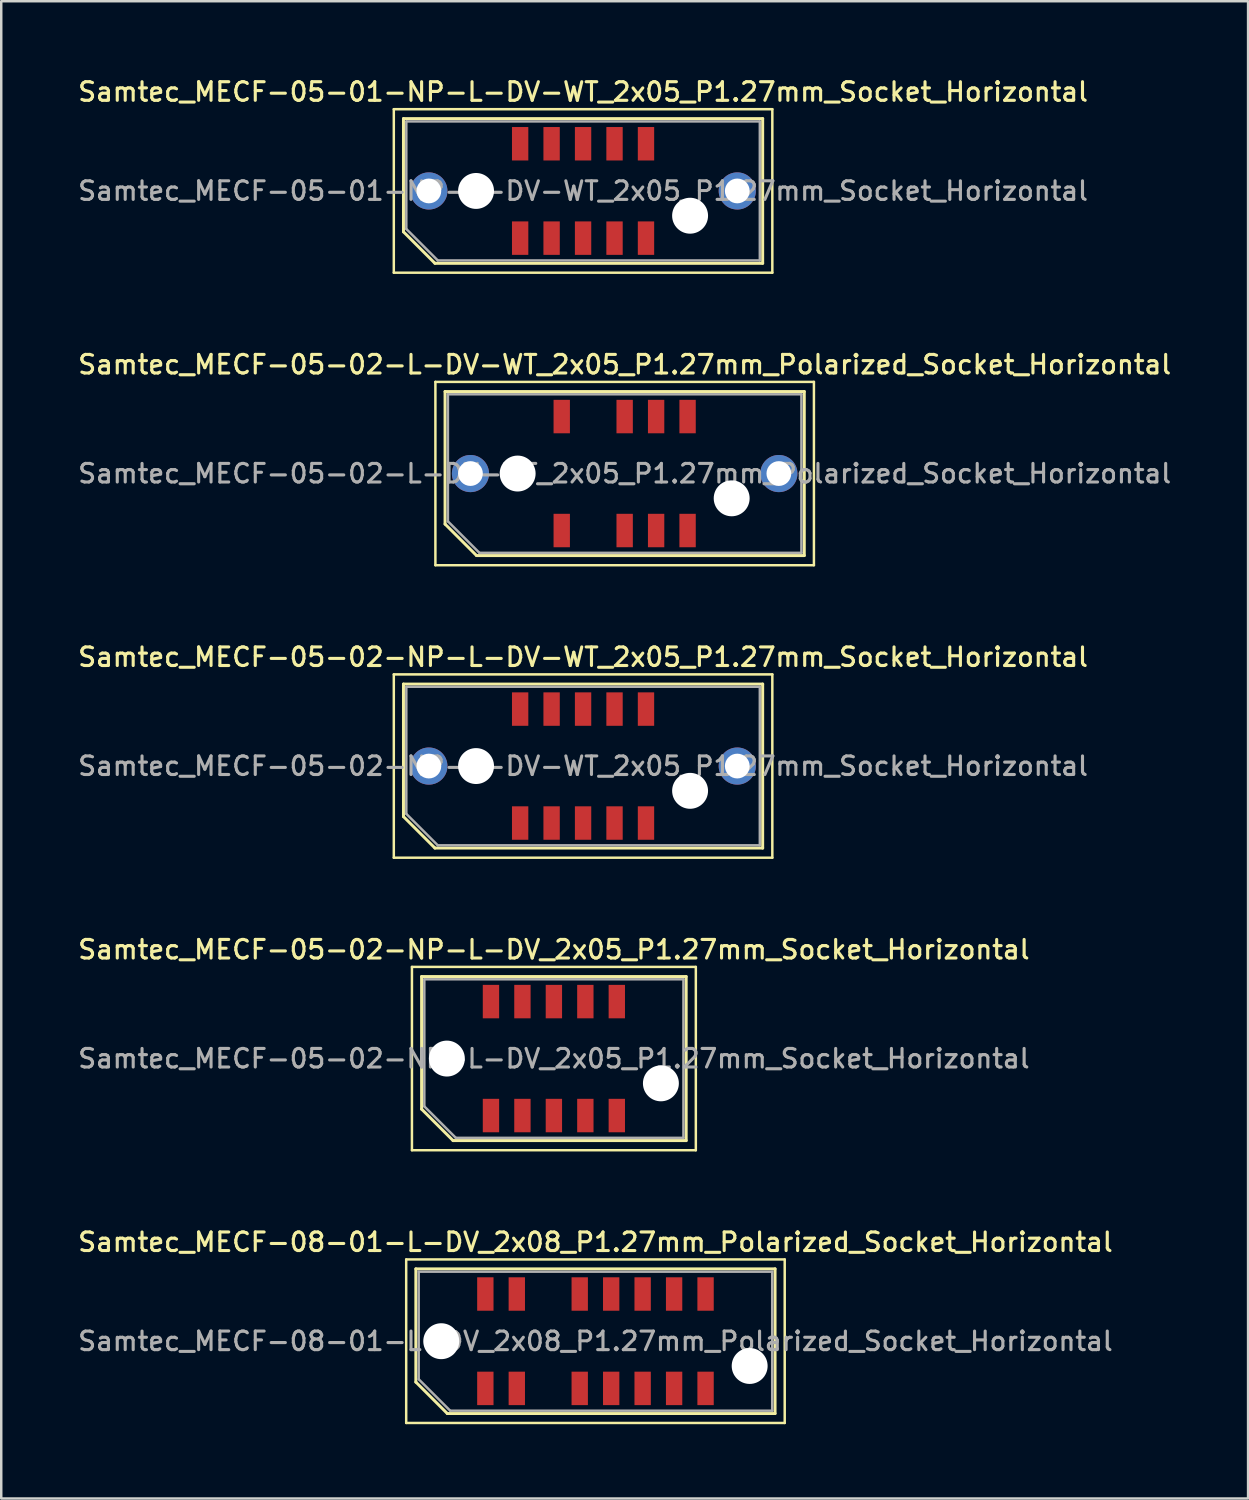
<source format=kicad_pcb>
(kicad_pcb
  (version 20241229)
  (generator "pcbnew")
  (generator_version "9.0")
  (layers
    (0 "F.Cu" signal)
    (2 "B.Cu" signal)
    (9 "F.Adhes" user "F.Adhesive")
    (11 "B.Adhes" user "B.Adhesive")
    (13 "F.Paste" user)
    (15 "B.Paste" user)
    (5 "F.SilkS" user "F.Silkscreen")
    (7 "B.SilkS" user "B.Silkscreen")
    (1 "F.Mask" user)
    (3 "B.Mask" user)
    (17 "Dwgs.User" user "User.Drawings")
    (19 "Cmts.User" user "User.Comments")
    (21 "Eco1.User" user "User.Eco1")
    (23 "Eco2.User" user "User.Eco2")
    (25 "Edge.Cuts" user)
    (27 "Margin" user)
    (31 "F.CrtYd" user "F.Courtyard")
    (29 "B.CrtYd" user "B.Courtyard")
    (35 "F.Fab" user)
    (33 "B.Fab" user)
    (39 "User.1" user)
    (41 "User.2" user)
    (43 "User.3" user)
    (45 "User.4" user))
  (footprint "Samtec_MECF-05-01-NP-L-DV-WT_2x05_P1.27mm_Socket_Horizontal"
    (layer "F.Cu")
    (at 20.487 4.658)
    (property "Reference" "Samtec_MECF-05-01-NP-L-DV-WT_2x05_P1.27mm_Socket_Horizontal" (at 0 -4 0) (layer "F.SilkS") (effects (font (size 0.75 0.75) (thickness 0.125))))
    (attr smd)
    (fp_line (start -7.64 -3.3) (end -7.64 3.3) (stroke (width 0.1) (type solid)) (layer "F.SilkS"))
    (fp_line (start -7.64 3.3) (end 7.64 3.3) (stroke (width 0.1) (type solid)) (layer "F.SilkS"))
    (fp_line (start -7.25 -2.92) (end 7.25 -2.92) (stroke (width 0.12) (type solid)) (layer "F.SilkS"))
    (fp_line (start -7.25 1.65) (end -7.25 -2.92) (stroke (width 0.12) (type solid)) (layer "F.SilkS"))
    (fp_line (start -5.98 2.92) (end -7.25 1.65) (stroke (width 0.12) (type solid)) (layer "F.SilkS"))
    (fp_line (start -5.98 2.92) (end 7.25 2.92) (stroke (width 0.12) (type solid)) (layer "F.SilkS"))
    (fp_line (start 7.25 2.92) (end 7.25 -2.92) (stroke (width 0.12) (type solid)) (layer "F.SilkS"))
    (fp_line (start 7.64 -3.3) (end -7.64 -3.3) (stroke (width 0.1) (type solid)) (layer "F.SilkS"))
    (fp_line (start 7.64 3.3) (end 7.64 -3.3) (stroke (width 0.1) (type solid)) (layer "F.SilkS"))
    (fp_line (start -7.135 -2.805) (end 7.135 -2.805) (stroke (width 0.1) (type solid)) (layer "F.Fab"))
    (fp_line (start -7.135 1.535) (end -7.135 -2.805) (stroke (width 0.1) (type solid)) (layer "F.Fab"))
    (fp_line (start -7.135 1.535) (end -5.865 2.805) (stroke (width 0.1) (type solid)) (layer "F.Fab"))
    (fp_line (start -5.865 2.805) (end 7.135 2.805) (stroke (width 0.1) (type solid)) (layer "F.Fab"))
    (fp_line (start 7.135 2.805) (end 7.135 -2.805) (stroke (width 0.1) (type solid)) (layer "F.Fab"))
    (fp_text user "${REFERENCE}" (at 0 0 0) (layer "F.Fab") (effects (font (size 0.75 0.75) (thickness 0.125))))
    (pad "" thru_hole circle (at -6.225 0) (size 1.5 1.5) (drill 1) (layers "*.Cu" "*.Mask"))
    (pad "" np_thru_hole circle (at -4.32 0) (size 1.45 1.45) (drill 1.45) (layers "*.Cu" "*.Mask"))
    (pad "" np_thru_hole circle (at 4.32 1) (size 1.45 1.45) (drill 1.45) (layers "*.Cu" "*.Mask"))
    (pad "" thru_hole circle (at 6.225 0) (size 1.5 1.5) (drill 1) (layers "*.Cu" "*.Mask"))
    (pad "1" smd rect (at -2.54 1.905) (size 0.66 1.35) (layers "F.Cu" "F.Mask" "F.Paste"))
    (pad "2" smd rect (at -2.54 -1.905) (size 0.66 1.35) (layers "F.Cu" "F.Mask" "F.Paste"))
    (pad "3" smd rect (at -1.27 1.905) (size 0.66 1.35) (layers "F.Cu" "F.Mask" "F.Paste"))
    (pad "4" smd rect (at -1.27 -1.905) (size 0.66 1.35) (layers "F.Cu" "F.Mask" "F.Paste"))
    (pad "5" smd rect (at 0 1.905) (size 0.66 1.35) (layers "F.Cu" "F.Mask" "F.Paste"))
    (pad "6" smd rect (at 0 -1.905) (size 0.66 1.35) (layers "F.Cu" "F.Mask" "F.Paste"))
    (pad "7" smd rect (at 1.27 1.905) (size 0.66 1.35) (layers "F.Cu" "F.Mask" "F.Paste"))
    (pad "8" smd rect (at 1.27 -1.905) (size 0.66 1.35) (layers "F.Cu" "F.Mask" "F.Paste"))
    (pad "9" smd rect (at 2.54 1.905) (size 0.66 1.35) (layers "F.Cu" "F.Mask" "F.Paste"))
    (pad "10" smd rect (at 2.54 -1.905) (size 0.66 1.35) (layers "F.Cu" "F.Mask" "F.Paste")))
  (footprint "Samtec_MECF-05-02-NP-L-DV-WT_2x05_P1.27mm_Socket_Horizontal"
    (layer "F.Cu")
    (at 20.487 27.874)
    (property "Reference" "Samtec_MECF-05-02-NP-L-DV-WT_2x05_P1.27mm_Socket_Horizontal" (at 0 -4.4 0) (layer "F.SilkS") (effects (font (size 0.75 0.75) (thickness 0.125))))
    (attr smd)
    (fp_line (start -7.64 -3.7) (end -7.64 3.7) (stroke (width 0.1) (type solid)) (layer "F.SilkS"))
    (fp_line (start -7.64 3.7) (end 7.64 3.7) (stroke (width 0.1) (type solid)) (layer "F.SilkS"))
    (fp_line (start -7.25 -3.31) (end 7.25 -3.31) (stroke (width 0.12) (type solid)) (layer "F.SilkS"))
    (fp_line (start -7.25 2.04) (end -7.25 -3.31) (stroke (width 0.12) (type solid)) (layer "F.SilkS"))
    (fp_line (start -5.98 3.31) (end -7.25 2.04) (stroke (width 0.12) (type solid)) (layer "F.SilkS"))
    (fp_line (start -5.98 3.31) (end 7.25 3.31) (stroke (width 0.12) (type solid)) (layer "F.SilkS"))
    (fp_line (start 7.25 3.31) (end 7.25 -3.31) (stroke (width 0.12) (type solid)) (layer "F.SilkS"))
    (fp_line (start 7.64 -3.7) (end -7.64 -3.7) (stroke (width 0.1) (type solid)) (layer "F.SilkS"))
    (fp_line (start 7.64 3.7) (end 7.64 -3.7) (stroke (width 0.1) (type solid)) (layer "F.SilkS"))
    (fp_line (start -7.135 -3.2) (end 7.135 -3.2) (stroke (width 0.1) (type solid)) (layer "F.Fab"))
    (fp_line (start -7.135 1.93) (end -7.135 -3.2) (stroke (width 0.1) (type solid)) (layer "F.Fab"))
    (fp_line (start -7.135 1.93) (end -5.865 3.2) (stroke (width 0.1) (type solid)) (layer "F.Fab"))
    (fp_line (start -5.865 3.2) (end 7.135 3.2) (stroke (width 0.1) (type solid)) (layer "F.Fab"))
    (fp_line (start 7.135 3.2) (end 7.135 -3.2) (stroke (width 0.1) (type solid)) (layer "F.Fab"))
    (fp_text user "${REFERENCE}" (at 0 0 0) (layer "F.Fab") (effects (font (size 0.75 0.75) (thickness 0.125))))
    (pad "" thru_hole circle (at -6.225 0) (size 1.5 1.5) (drill 1) (layers "*.Cu" "*.Mask"))
    (pad "" np_thru_hole circle (at -4.32 0) (size 1.45 1.45) (drill 1.45) (layers "*.Cu" "*.Mask"))
    (pad "" np_thru_hole circle (at 4.32 1) (size 1.45 1.45) (drill 1.45) (layers "*.Cu" "*.Mask"))
    (pad "" thru_hole circle (at 6.225 0) (size 1.5 1.5) (drill 1) (layers "*.Cu" "*.Mask"))
    (pad "1" smd rect (at -2.54 2.3) (size 0.66 1.35) (layers "F.Cu" "F.Mask" "F.Paste"))
    (pad "2" smd rect (at -2.54 -2.3) (size 0.66 1.35) (layers "F.Cu" "F.Mask" "F.Paste"))
    (pad "3" smd rect (at -1.27 2.3) (size 0.66 1.35) (layers "F.Cu" "F.Mask" "F.Paste"))
    (pad "4" smd rect (at -1.27 -2.3) (size 0.66 1.35) (layers "F.Cu" "F.Mask" "F.Paste"))
    (pad "5" smd rect (at 0 2.3) (size 0.66 1.35) (layers "F.Cu" "F.Mask" "F.Paste"))
    (pad "6" smd rect (at 0 -2.3) (size 0.66 1.35) (layers "F.Cu" "F.Mask" "F.Paste"))
    (pad "7" smd rect (at 1.27 2.3) (size 0.66 1.35) (layers "F.Cu" "F.Mask" "F.Paste"))
    (pad "8" smd rect (at 1.27 -2.3) (size 0.66 1.35) (layers "F.Cu" "F.Mask" "F.Paste"))
    (pad "9" smd rect (at 2.54 2.3) (size 0.66 1.35) (layers "F.Cu" "F.Mask" "F.Paste"))
    (pad "10" smd rect (at 2.54 -2.3) (size 0.66 1.35) (layers "F.Cu" "F.Mask" "F.Paste")))
  (footprint "Samtec_MECF-05-02-L-DV-WT_2x05_P1.27mm_Polarized_Socket_Horizontal"
    (layer "F.Cu")
    (at 22.166 16.066)
    (property "Reference" "Samtec_MECF-05-02-L-DV-WT_2x05_P1.27mm_Polarized_Socket_Horizontal" (at 0 -4.4 0) (layer "F.SilkS") (effects (font (size 0.75 0.75) (thickness 0.125))))
    (attr smd)
    (fp_line (start -7.64 -3.7) (end -7.64 3.7) (stroke (width 0.1) (type solid)) (layer "F.SilkS"))
    (fp_line (start -7.64 3.7) (end 7.64 3.7) (stroke (width 0.1) (type solid)) (layer "F.SilkS"))
    (fp_line (start -7.25 -3.31) (end 7.25 -3.31) (stroke (width 0.12) (type solid)) (layer "F.SilkS"))
    (fp_line (start -7.25 2.04) (end -7.25 -3.31) (stroke (width 0.12) (type solid)) (layer "F.SilkS"))
    (fp_line (start -5.98 3.31) (end -7.25 2.04) (stroke (width 0.12) (type solid)) (layer "F.SilkS"))
    (fp_line (start -5.98 3.31) (end 7.25 3.31) (stroke (width 0.12) (type solid)) (layer "F.SilkS"))
    (fp_line (start 7.25 3.31) (end 7.25 -3.31) (stroke (width 0.12) (type solid)) (layer "F.SilkS"))
    (fp_line (start 7.64 -3.7) (end -7.64 -3.7) (stroke (width 0.1) (type solid)) (layer "F.SilkS"))
    (fp_line (start 7.64 3.7) (end 7.64 -3.7) (stroke (width 0.1) (type solid)) (layer "F.SilkS"))
    (fp_line (start -7.135 -3.2) (end 7.135 -3.2) (stroke (width 0.1) (type solid)) (layer "F.Fab"))
    (fp_line (start -7.135 1.93) (end -7.135 -3.2) (stroke (width 0.1) (type solid)) (layer "F.Fab"))
    (fp_line (start -7.135 1.93) (end -5.865 3.2) (stroke (width 0.1) (type solid)) (layer "F.Fab"))
    (fp_line (start -5.865 3.2) (end 7.135 3.2) (stroke (width 0.1) (type solid)) (layer "F.Fab"))
    (fp_line (start 7.135 3.2) (end 7.135 -3.2) (stroke (width 0.1) (type solid)) (layer "F.Fab"))
    (fp_text user "${REFERENCE}" (at 0 0 0) (layer "F.Fab") (effects (font (size 0.75 0.75) (thickness 0.125))))
    (pad "" thru_hole circle (at -6.225 0) (size 1.5 1.5) (drill 1) (layers "*.Cu" "*.Mask"))
    (pad "" np_thru_hole circle (at -4.32 0) (size 1.45 1.45) (drill 1.45) (layers "*.Cu" "*.Mask"))
    (pad "" np_thru_hole circle (at 4.32 1) (size 1.45 1.45) (drill 1.45) (layers "*.Cu" "*.Mask"))
    (pad "" thru_hole circle (at 6.225 0) (size 1.5 1.5) (drill 1) (layers "*.Cu" "*.Mask"))
    (pad "1" smd rect (at -2.54 2.3) (size 0.66 1.35) (layers "F.Cu" "F.Mask" "F.Paste"))
    (pad "2" smd rect (at -2.54 -2.3) (size 0.66 1.35) (layers "F.Cu" "F.Mask" "F.Paste"))
    (pad "5" smd rect (at 0 2.3) (size 0.66 1.35) (layers "F.Cu" "F.Mask" "F.Paste"))
    (pad "6" smd rect (at 0 -2.3) (size 0.66 1.35) (layers "F.Cu" "F.Mask" "F.Paste"))
    (pad "7" smd rect (at 1.27 2.3) (size 0.66 1.35) (layers "F.Cu" "F.Mask" "F.Paste"))
    (pad "8" smd rect (at 1.27 -2.3) (size 0.66 1.35) (layers "F.Cu" "F.Mask" "F.Paste"))
    (pad "9" smd rect (at 2.54 2.3) (size 0.66 1.35) (layers "F.Cu" "F.Mask" "F.Paste"))
    (pad "10" smd rect (at 2.54 -2.3) (size 0.66 1.35) (layers "F.Cu" "F.Mask" "F.Paste")))
  (footprint "Samtec_MECF-05-02-NP-L-DV_2x05_P1.27mm_Socket_Horizontal"
    (layer "F.Cu")
    (at 19.309 39.682)
    (property "Reference" "Samtec_MECF-05-02-NP-L-DV_2x05_P1.27mm_Socket_Horizontal" (at 0 -4.4 0) (layer "F.SilkS") (effects (font (size 0.75 0.75) (thickness 0.125))))
    (attr smd)
    (fp_line (start -5.73 -3.7) (end -5.73 3.7) (stroke (width 0.1) (type solid)) (layer "F.SilkS"))
    (fp_line (start -5.73 3.7) (end 5.73 3.7) (stroke (width 0.1) (type solid)) (layer "F.SilkS"))
    (fp_line (start -5.34 -3.31) (end 5.34 -3.31) (stroke (width 0.12) (type solid)) (layer "F.SilkS"))
    (fp_line (start -5.34 2.04) (end -5.34 -3.31) (stroke (width 0.12) (type solid)) (layer "F.SilkS"))
    (fp_line (start -4.07 3.31) (end -5.34 2.04) (stroke (width 0.12) (type solid)) (layer "F.SilkS"))
    (fp_line (start -4.07 3.31) (end 5.34 3.31) (stroke (width 0.12) (type solid)) (layer "F.SilkS"))
    (fp_line (start 5.34 3.31) (end 5.34 -3.31) (stroke (width 0.12) (type solid)) (layer "F.SilkS"))
    (fp_line (start 5.73 -3.7) (end -5.73 -3.7) (stroke (width 0.1) (type solid)) (layer "F.SilkS"))
    (fp_line (start 5.73 3.7) (end 5.73 -3.7) (stroke (width 0.1) (type solid)) (layer "F.SilkS"))
    (fp_line (start -5.23 -3.2) (end 5.23 -3.2) (stroke (width 0.1) (type solid)) (layer "F.Fab"))
    (fp_line (start -5.23 1.93) (end -5.23 -3.2) (stroke (width 0.1) (type solid)) (layer "F.Fab"))
    (fp_line (start -5.23 1.93) (end -3.96 3.2) (stroke (width 0.1) (type solid)) (layer "F.Fab"))
    (fp_line (start -3.96 3.2) (end 5.23 3.2) (stroke (width 0.1) (type solid)) (layer "F.Fab"))
    (fp_line (start 5.23 3.2) (end 5.23 -3.2) (stroke (width 0.1) (type solid)) (layer "F.Fab"))
    (fp_text user "${REFERENCE}" (at 0 0 0) (layer "F.Fab") (effects (font (size 0.75 0.75) (thickness 0.125))))
    (pad "" np_thru_hole circle (at -4.32 0) (size 1.45 1.45) (drill 1.45) (layers "*.Cu" "*.Mask"))
    (pad "" np_thru_hole circle (at 4.32 1) (size 1.45 1.45) (drill 1.45) (layers "*.Cu" "*.Mask"))
    (pad "1" smd rect (at -2.54 2.3) (size 0.66 1.35) (layers "F.Cu" "F.Mask" "F.Paste"))
    (pad "2" smd rect (at -2.54 -2.3) (size 0.66 1.35) (layers "F.Cu" "F.Mask" "F.Paste"))
    (pad "3" smd rect (at -1.27 2.3) (size 0.66 1.35) (layers "F.Cu" "F.Mask" "F.Paste"))
    (pad "4" smd rect (at -1.27 -2.3) (size 0.66 1.35) (layers "F.Cu" "F.Mask" "F.Paste"))
    (pad "5" smd rect (at 0 2.3) (size 0.66 1.35) (layers "F.Cu" "F.Mask" "F.Paste"))
    (pad "6" smd rect (at 0 -2.3) (size 0.66 1.35) (layers "F.Cu" "F.Mask" "F.Paste"))
    (pad "7" smd rect (at 1.27 2.3) (size 0.66 1.35) (layers "F.Cu" "F.Mask" "F.Paste"))
    (pad "8" smd rect (at 1.27 -2.3) (size 0.66 1.35) (layers "F.Cu" "F.Mask" "F.Paste"))
    (pad "9" smd rect (at 2.54 2.3) (size 0.66 1.35) (layers "F.Cu" "F.Mask" "F.Paste"))
    (pad "10" smd rect (at 2.54 -2.3) (size 0.66 1.35) (layers "F.Cu" "F.Mask" "F.Paste")))
  (footprint "Samtec_MECF-08-01-L-DV_2x08_P1.27mm_Polarized_Socket_Horizontal"
    (layer "F.Cu")
    (at 20.987 51.091)
    (property "Reference" "Samtec_MECF-08-01-L-DV_2x08_P1.27mm_Polarized_Socket_Horizontal" (at 0 -4 0) (layer "F.SilkS") (effects (font (size 0.75 0.75) (thickness 0.125))))
    (attr smd)
    (fp_line (start -7.64 -3.3) (end -7.64 3.3) (stroke (width 0.1) (type solid)) (layer "F.SilkS"))
    (fp_line (start -7.64 3.3) (end 7.64 3.3) (stroke (width 0.1) (type solid)) (layer "F.SilkS"))
    (fp_line (start -7.25 -2.92) (end 7.25 -2.92) (stroke (width 0.12) (type solid)) (layer "F.SilkS"))
    (fp_line (start -7.25 1.65) (end -7.25 -2.92) (stroke (width 0.12) (type solid)) (layer "F.SilkS"))
    (fp_line (start -5.98 2.92) (end -7.25 1.65) (stroke (width 0.12) (type solid)) (layer "F.SilkS"))
    (fp_line (start -5.98 2.92) (end 7.25 2.92) (stroke (width 0.12) (type solid)) (layer "F.SilkS"))
    (fp_line (start 7.25 2.92) (end 7.25 -2.92) (stroke (width 0.12) (type solid)) (layer "F.SilkS"))
    (fp_line (start 7.64 -3.3) (end -7.64 -3.3) (stroke (width 0.1) (type solid)) (layer "F.SilkS"))
    (fp_line (start 7.64 3.3) (end 7.64 -3.3) (stroke (width 0.1) (type solid)) (layer "F.SilkS"))
    (fp_line (start -7.135 -2.805) (end 7.135 -2.805) (stroke (width 0.1) (type solid)) (layer "F.Fab"))
    (fp_line (start -7.135 1.535) (end -7.135 -2.805) (stroke (width 0.1) (type solid)) (layer "F.Fab"))
    (fp_line (start -7.135 1.535) (end -5.865 2.805) (stroke (width 0.1) (type solid)) (layer "F.Fab"))
    (fp_line (start -5.865 2.805) (end 7.135 2.805) (stroke (width 0.1) (type solid)) (layer "F.Fab"))
    (fp_line (start 7.135 2.805) (end 7.135 -2.805) (stroke (width 0.1) (type solid)) (layer "F.Fab"))
    (fp_text user "${REFERENCE}" (at 0 0 0) (layer "F.Fab") (effects (font (size 0.75 0.75) (thickness 0.125))))
    (pad "" np_thru_hole circle (at -6.225 0) (size 1.45 1.45) (drill 1.45) (layers "*.Cu" "*.Mask"))
    (pad "" np_thru_hole circle (at 6.225 1) (size 1.45 1.45) (drill 1.45) (layers "*.Cu" "*.Mask"))
    (pad "1" smd rect (at -4.445 1.905) (size 0.66 1.35) (layers "F.Cu" "F.Mask" "F.Paste"))
    (pad "2" smd rect (at -4.445 -1.905) (size 0.66 1.35) (layers "F.Cu" "F.Mask" "F.Paste"))
    (pad "3" smd rect (at -3.175 1.905) (size 0.66 1.35) (layers "F.Cu" "F.Mask" "F.Paste"))
    (pad "4" smd rect (at -3.175 -1.905) (size 0.66 1.35) (layers "F.Cu" "F.Mask" "F.Paste"))
    (pad "7" smd rect (at -0.635 1.905) (size 0.66 1.35) (layers "F.Cu" "F.Mask" "F.Paste"))
    (pad "8" smd rect (at -0.635 -1.905) (size 0.66 1.35) (layers "F.Cu" "F.Mask" "F.Paste"))
    (pad "9" smd rect (at 0.635 1.905) (size 0.66 1.35) (layers "F.Cu" "F.Mask" "F.Paste"))
    (pad "10" smd rect (at 0.635 -1.905) (size 0.66 1.35) (layers "F.Cu" "F.Mask" "F.Paste"))
    (pad "11" smd rect (at 1.905 1.905) (size 0.66 1.35) (layers "F.Cu" "F.Mask" "F.Paste"))
    (pad "12" smd rect (at 1.905 -1.905) (size 0.66 1.35) (layers "F.Cu" "F.Mask" "F.Paste"))
    (pad "13" smd rect (at 3.175 1.905) (size 0.66 1.35) (layers "F.Cu" "F.Mask" "F.Paste"))
    (pad "14" smd rect (at 3.175 -1.905) (size 0.66 1.35) (layers "F.Cu" "F.Mask" "F.Paste"))
    (pad "15" smd rect (at 4.445 1.905) (size 0.66 1.35) (layers "F.Cu" "F.Mask" "F.Paste"))
    (pad "16" smd rect (at 4.445 -1.905) (size 0.66 1.35) (layers "F.Cu" "F.Mask" "F.Paste")))
  (gr_rect
    (start -3 -3)
    (end 47.332 57.441)
    (stroke (width 0.1) (type default))
    (fill no)
    (layer "Edge.Cuts")))
</source>
